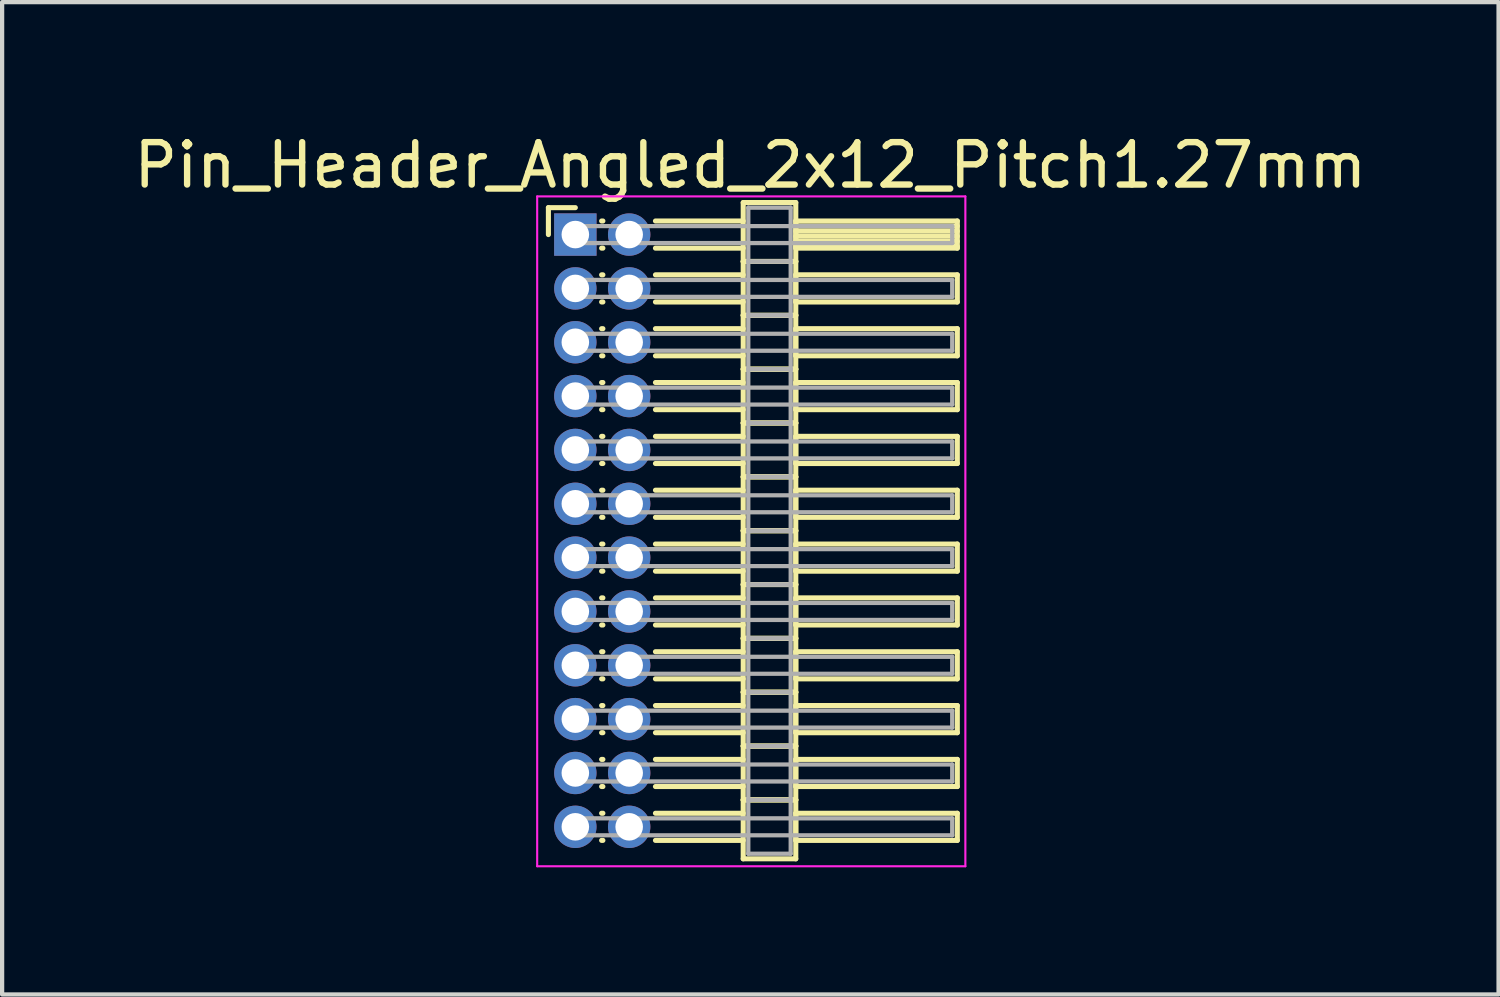
<source format=kicad_pcb>
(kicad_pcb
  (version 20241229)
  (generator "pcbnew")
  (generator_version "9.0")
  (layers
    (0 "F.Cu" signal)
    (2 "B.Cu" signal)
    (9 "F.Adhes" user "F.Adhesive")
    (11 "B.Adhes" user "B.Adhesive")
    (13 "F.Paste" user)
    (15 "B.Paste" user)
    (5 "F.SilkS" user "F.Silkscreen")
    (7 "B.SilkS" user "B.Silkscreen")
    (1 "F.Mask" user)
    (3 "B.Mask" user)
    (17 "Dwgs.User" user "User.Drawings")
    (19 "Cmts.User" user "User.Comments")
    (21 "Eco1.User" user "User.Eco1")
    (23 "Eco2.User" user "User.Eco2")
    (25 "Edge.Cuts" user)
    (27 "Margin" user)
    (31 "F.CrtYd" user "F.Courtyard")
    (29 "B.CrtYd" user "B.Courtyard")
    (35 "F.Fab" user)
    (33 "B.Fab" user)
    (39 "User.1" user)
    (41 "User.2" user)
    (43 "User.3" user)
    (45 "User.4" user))
  (footprint "Pin_Header_Angled_2x12_Pitch1.27mm"
    (layer "F.Cu")
    (at 10.521 2.483)
    (property "Reference" "Pin_Header_Angled_2x12_Pitch1.27mm" (at 4.128 -1.635 0) (layer "F.SilkS") (effects (font (size 1 1) (thickness 0.15))))
    (attr through_hole)
    (fp_line (start -0.635 -0.635) (end 0 -0.635) (stroke (width 0.12) (type solid)) (layer "F.SilkS"))
    (fp_line (start -0.635 0) (end -0.635 -0.635) (stroke (width 0.12) (type solid)) (layer "F.SilkS"))
    (fp_line (start 0.62 -0.32) (end 0.65 -0.32) (stroke (width 0.12) (type solid)) (layer "F.SilkS"))
    (fp_line (start 0.62 0.32) (end 0.65 0.32) (stroke (width 0.12) (type solid)) (layer "F.SilkS"))
    (fp_line (start 0.62 0.95) (end 0.65 0.95) (stroke (width 0.12) (type solid)) (layer "F.SilkS"))
    (fp_line (start 0.62 1.59) (end 0.65 1.59) (stroke (width 0.12) (type solid)) (layer "F.SilkS"))
    (fp_line (start 0.62 2.22) (end 0.65 2.22) (stroke (width 0.12) (type solid)) (layer "F.SilkS"))
    (fp_line (start 0.62 2.86) (end 0.65 2.86) (stroke (width 0.12) (type solid)) (layer "F.SilkS"))
    (fp_line (start 0.62 3.49) (end 0.65 3.49) (stroke (width 0.12) (type solid)) (layer "F.SilkS"))
    (fp_line (start 0.62 4.13) (end 0.65 4.13) (stroke (width 0.12) (type solid)) (layer "F.SilkS"))
    (fp_line (start 0.62 4.76) (end 0.65 4.76) (stroke (width 0.12) (type solid)) (layer "F.SilkS"))
    (fp_line (start 0.62 5.4) (end 0.65 5.4) (stroke (width 0.12) (type solid)) (layer "F.SilkS"))
    (fp_line (start 0.62 6.03) (end 0.65 6.03) (stroke (width 0.12) (type solid)) (layer "F.SilkS"))
    (fp_line (start 0.62 6.67) (end 0.65 6.67) (stroke (width 0.12) (type solid)) (layer "F.SilkS"))
    (fp_line (start 0.62 7.3) (end 0.65 7.3) (stroke (width 0.12) (type solid)) (layer "F.SilkS"))
    (fp_line (start 0.62 7.94) (end 0.65 7.94) (stroke (width 0.12) (type solid)) (layer "F.SilkS"))
    (fp_line (start 0.62 8.57) (end 0.65 8.57) (stroke (width 0.12) (type solid)) (layer "F.SilkS"))
    (fp_line (start 0.62 9.21) (end 0.65 9.21) (stroke (width 0.12) (type solid)) (layer "F.SilkS"))
    (fp_line (start 0.62 9.84) (end 0.65 9.84) (stroke (width 0.12) (type solid)) (layer "F.SilkS"))
    (fp_line (start 0.62 10.48) (end 0.65 10.48) (stroke (width 0.12) (type solid)) (layer "F.SilkS"))
    (fp_line (start 0.62 11.11) (end 0.65 11.11) (stroke (width 0.12) (type solid)) (layer "F.SilkS"))
    (fp_line (start 0.62 11.75) (end 0.65 11.75) (stroke (width 0.12) (type solid)) (layer "F.SilkS"))
    (fp_line (start 0.62 12.38) (end 0.65 12.38) (stroke (width 0.12) (type solid)) (layer "F.SilkS"))
    (fp_line (start 0.62 13.02) (end 0.65 13.02) (stroke (width 0.12) (type solid)) (layer "F.SilkS"))
    (fp_line (start 0.62 13.65) (end 0.65 13.65) (stroke (width 0.12) (type solid)) (layer "F.SilkS"))
    (fp_line (start 0.62 14.29) (end 0.65 14.29) (stroke (width 0.12) (type solid)) (layer "F.SilkS"))
    (fp_line (start 1.89 -0.32) (end 3.96 -0.32) (stroke (width 0.12) (type solid)) (layer "F.SilkS"))
    (fp_line (start 1.89 0.32) (end 3.96 0.32) (stroke (width 0.12) (type solid)) (layer "F.SilkS"))
    (fp_line (start 1.89 0.95) (end 3.96 0.95) (stroke (width 0.12) (type solid)) (layer "F.SilkS"))
    (fp_line (start 1.89 1.59) (end 3.96 1.59) (stroke (width 0.12) (type solid)) (layer "F.SilkS"))
    (fp_line (start 1.89 2.22) (end 3.96 2.22) (stroke (width 0.12) (type solid)) (layer "F.SilkS"))
    (fp_line (start 1.89 2.86) (end 3.96 2.86) (stroke (width 0.12) (type solid)) (layer "F.SilkS"))
    (fp_line (start 1.89 3.49) (end 3.96 3.49) (stroke (width 0.12) (type solid)) (layer "F.SilkS"))
    (fp_line (start 1.89 4.13) (end 3.96 4.13) (stroke (width 0.12) (type solid)) (layer "F.SilkS"))
    (fp_line (start 1.89 4.76) (end 3.96 4.76) (stroke (width 0.12) (type solid)) (layer "F.SilkS"))
    (fp_line (start 1.89 5.4) (end 3.96 5.4) (stroke (width 0.12) (type solid)) (layer "F.SilkS"))
    (fp_line (start 1.89 6.03) (end 3.96 6.03) (stroke (width 0.12) (type solid)) (layer "F.SilkS"))
    (fp_line (start 1.89 6.67) (end 3.96 6.67) (stroke (width 0.12) (type solid)) (layer "F.SilkS"))
    (fp_line (start 1.89 7.3) (end 3.96 7.3) (stroke (width 0.12) (type solid)) (layer "F.SilkS"))
    (fp_line (start 1.89 7.94) (end 3.96 7.94) (stroke (width 0.12) (type solid)) (layer "F.SilkS"))
    (fp_line (start 1.89 8.57) (end 3.96 8.57) (stroke (width 0.12) (type solid)) (layer "F.SilkS"))
    (fp_line (start 1.89 9.21) (end 3.96 9.21) (stroke (width 0.12) (type solid)) (layer "F.SilkS"))
    (fp_line (start 1.89 9.84) (end 3.96 9.84) (stroke (width 0.12) (type solid)) (layer "F.SilkS"))
    (fp_line (start 1.89 10.48) (end 3.96 10.48) (stroke (width 0.12) (type solid)) (layer "F.SilkS"))
    (fp_line (start 1.89 11.11) (end 3.96 11.11) (stroke (width 0.12) (type solid)) (layer "F.SilkS"))
    (fp_line (start 1.89 11.75) (end 3.96 11.75) (stroke (width 0.12) (type solid)) (layer "F.SilkS"))
    (fp_line (start 1.89 12.38) (end 3.96 12.38) (stroke (width 0.12) (type solid)) (layer "F.SilkS"))
    (fp_line (start 1.89 13.02) (end 3.96 13.02) (stroke (width 0.12) (type solid)) (layer "F.SilkS"))
    (fp_line (start 1.89 13.65) (end 3.96 13.65) (stroke (width 0.12) (type solid)) (layer "F.SilkS"))
    (fp_line (start 1.89 14.29) (end 3.96 14.29) (stroke (width 0.12) (type solid)) (layer "F.SilkS"))
    (fp_line (start 3.96 -0.755) (end 3.96 0.635) (stroke (width 0.12) (type solid)) (layer "F.SilkS"))
    (fp_line (start 3.96 0.635) (end 3.96 1.905) (stroke (width 0.12) (type solid)) (layer "F.SilkS"))
    (fp_line (start 3.96 0.635) (end 5.2 0.635) (stroke (width 0.12) (type solid)) (layer "F.SilkS"))
    (fp_line (start 3.96 1.905) (end 3.96 3.175) (stroke (width 0.12) (type solid)) (layer "F.SilkS"))
    (fp_line (start 3.96 1.905) (end 5.2 1.905) (stroke (width 0.12) (type solid)) (layer "F.SilkS"))
    (fp_line (start 3.96 3.175) (end 3.96 4.445) (stroke (width 0.12) (type solid)) (layer "F.SilkS"))
    (fp_line (start 3.96 3.175) (end 5.2 3.175) (stroke (width 0.12) (type solid)) (layer "F.SilkS"))
    (fp_line (start 3.96 4.445) (end 3.96 5.715) (stroke (width 0.12) (type solid)) (layer "F.SilkS"))
    (fp_line (start 3.96 4.445) (end 5.2 4.445) (stroke (width 0.12) (type solid)) (layer "F.SilkS"))
    (fp_line (start 3.96 5.715) (end 3.96 6.985) (stroke (width 0.12) (type solid)) (layer "F.SilkS"))
    (fp_line (start 3.96 5.715) (end 5.2 5.715) (stroke (width 0.12) (type solid)) (layer "F.SilkS"))
    (fp_line (start 3.96 6.985) (end 3.96 8.255) (stroke (width 0.12) (type solid)) (layer "F.SilkS"))
    (fp_line (start 3.96 6.985) (end 5.2 6.985) (stroke (width 0.12) (type solid)) (layer "F.SilkS"))
    (fp_line (start 3.96 8.255) (end 3.96 9.525) (stroke (width 0.12) (type solid)) (layer "F.SilkS"))
    (fp_line (start 3.96 8.255) (end 5.2 8.255) (stroke (width 0.12) (type solid)) (layer "F.SilkS"))
    (fp_line (start 3.96 9.525) (end 3.96 10.795) (stroke (width 0.12) (type solid)) (layer "F.SilkS"))
    (fp_line (start 3.96 9.525) (end 5.2 9.525) (stroke (width 0.12) (type solid)) (layer "F.SilkS"))
    (fp_line (start 3.96 10.795) (end 3.96 12.065) (stroke (width 0.12) (type solid)) (layer "F.SilkS"))
    (fp_line (start 3.96 10.795) (end 5.2 10.795) (stroke (width 0.12) (type solid)) (layer "F.SilkS"))
    (fp_line (start 3.96 12.065) (end 3.96 13.335) (stroke (width 0.12) (type solid)) (layer "F.SilkS"))
    (fp_line (start 3.96 12.065) (end 5.2 12.065) (stroke (width 0.12) (type solid)) (layer "F.SilkS"))
    (fp_line (start 3.96 13.335) (end 3.96 14.725) (stroke (width 0.12) (type solid)) (layer "F.SilkS"))
    (fp_line (start 3.96 13.335) (end 5.2 13.335) (stroke (width 0.12) (type solid)) (layer "F.SilkS"))
    (fp_line (start 3.96 14.725) (end 5.2 14.725) (stroke (width 0.12) (type solid)) (layer "F.SilkS"))
    (fp_line (start 5.2 -0.755) (end 3.96 -0.755) (stroke (width 0.12) (type solid)) (layer "F.SilkS"))
    (fp_line (start 5.2 -0.32) (end 5.2 0.32) (stroke (width 0.12) (type solid)) (layer "F.SilkS"))
    (fp_line (start 5.2 -0.2) (end 9.01 -0.2) (stroke (width 0.12) (type solid)) (layer "F.SilkS"))
    (fp_line (start 5.2 -0.08) (end 9.01 -0.08) (stroke (width 0.12) (type solid)) (layer "F.SilkS"))
    (fp_line (start 5.2 0.04) (end 9.01 0.04) (stroke (width 0.12) (type solid)) (layer "F.SilkS"))
    (fp_line (start 5.2 0.16) (end 9.01 0.16) (stroke (width 0.12) (type solid)) (layer "F.SilkS"))
    (fp_line (start 5.2 0.28) (end 9.01 0.28) (stroke (width 0.12) (type solid)) (layer "F.SilkS"))
    (fp_line (start 5.2 0.32) (end 9.01 0.32) (stroke (width 0.12) (type solid)) (layer "F.SilkS"))
    (fp_line (start 5.2 0.635) (end 3.96 0.635) (stroke (width 0.12) (type solid)) (layer "F.SilkS"))
    (fp_line (start 5.2 0.635) (end 5.2 -0.755) (stroke (width 0.12) (type solid)) (layer "F.SilkS"))
    (fp_line (start 5.2 0.95) (end 5.2 1.59) (stroke (width 0.12) (type solid)) (layer "F.SilkS"))
    (fp_line (start 5.2 1.59) (end 9.01 1.59) (stroke (width 0.12) (type solid)) (layer "F.SilkS"))
    (fp_line (start 5.2 1.905) (end 3.96 1.905) (stroke (width 0.12) (type solid)) (layer "F.SilkS"))
    (fp_line (start 5.2 1.905) (end 5.2 0.635) (stroke (width 0.12) (type solid)) (layer "F.SilkS"))
    (fp_line (start 5.2 2.22) (end 5.2 2.86) (stroke (width 0.12) (type solid)) (layer "F.SilkS"))
    (fp_line (start 5.2 2.86) (end 9.01 2.86) (stroke (width 0.12) (type solid)) (layer "F.SilkS"))
    (fp_line (start 5.2 3.175) (end 3.96 3.175) (stroke (width 0.12) (type solid)) (layer "F.SilkS"))
    (fp_line (start 5.2 3.175) (end 5.2 1.905) (stroke (width 0.12) (type solid)) (layer "F.SilkS"))
    (fp_line (start 5.2 3.49) (end 5.2 4.13) (stroke (width 0.12) (type solid)) (layer "F.SilkS"))
    (fp_line (start 5.2 4.13) (end 9.01 4.13) (stroke (width 0.12) (type solid)) (layer "F.SilkS"))
    (fp_line (start 5.2 4.445) (end 3.96 4.445) (stroke (width 0.12) (type solid)) (layer "F.SilkS"))
    (fp_line (start 5.2 4.445) (end 5.2 3.175) (stroke (width 0.12) (type solid)) (layer "F.SilkS"))
    (fp_line (start 5.2 4.76) (end 5.2 5.4) (stroke (width 0.12) (type solid)) (layer "F.SilkS"))
    (fp_line (start 5.2 5.4) (end 9.01 5.4) (stroke (width 0.12) (type solid)) (layer "F.SilkS"))
    (fp_line (start 5.2 5.715) (end 3.96 5.715) (stroke (width 0.12) (type solid)) (layer "F.SilkS"))
    (fp_line (start 5.2 5.715) (end 5.2 4.445) (stroke (width 0.12) (type solid)) (layer "F.SilkS"))
    (fp_line (start 5.2 6.03) (end 5.2 6.67) (stroke (width 0.12) (type solid)) (layer "F.SilkS"))
    (fp_line (start 5.2 6.67) (end 9.01 6.67) (stroke (width 0.12) (type solid)) (layer "F.SilkS"))
    (fp_line (start 5.2 6.985) (end 3.96 6.985) (stroke (width 0.12) (type solid)) (layer "F.SilkS"))
    (fp_line (start 5.2 6.985) (end 5.2 5.715) (stroke (width 0.12) (type solid)) (layer "F.SilkS"))
    (fp_line (start 5.2 7.3) (end 5.2 7.94) (stroke (width 0.12) (type solid)) (layer "F.SilkS"))
    (fp_line (start 5.2 7.94) (end 9.01 7.94) (stroke (width 0.12) (type solid)) (layer "F.SilkS"))
    (fp_line (start 5.2 8.255) (end 3.96 8.255) (stroke (width 0.12) (type solid)) (layer "F.SilkS"))
    (fp_line (start 5.2 8.255) (end 5.2 6.985) (stroke (width 0.12) (type solid)) (layer "F.SilkS"))
    (fp_line (start 5.2 8.57) (end 5.2 9.21) (stroke (width 0.12) (type solid)) (layer "F.SilkS"))
    (fp_line (start 5.2 9.21) (end 9.01 9.21) (stroke (width 0.12) (type solid)) (layer "F.SilkS"))
    (fp_line (start 5.2 9.525) (end 3.96 9.525) (stroke (width 0.12) (type solid)) (layer "F.SilkS"))
    (fp_line (start 5.2 9.525) (end 5.2 8.255) (stroke (width 0.12) (type solid)) (layer "F.SilkS"))
    (fp_line (start 5.2 9.84) (end 5.2 10.48) (stroke (width 0.12) (type solid)) (layer "F.SilkS"))
    (fp_line (start 5.2 10.48) (end 9.01 10.48) (stroke (width 0.12) (type solid)) (layer "F.SilkS"))
    (fp_line (start 5.2 10.795) (end 3.96 10.795) (stroke (width 0.12) (type solid)) (layer "F.SilkS"))
    (fp_line (start 5.2 10.795) (end 5.2 9.525) (stroke (width 0.12) (type solid)) (layer "F.SilkS"))
    (fp_line (start 5.2 11.11) (end 5.2 11.75) (stroke (width 0.12) (type solid)) (layer "F.SilkS"))
    (fp_line (start 5.2 11.75) (end 9.01 11.75) (stroke (width 0.12) (type solid)) (layer "F.SilkS"))
    (fp_line (start 5.2 12.065) (end 3.96 12.065) (stroke (width 0.12) (type solid)) (layer "F.SilkS"))
    (fp_line (start 5.2 12.065) (end 5.2 10.795) (stroke (width 0.12) (type solid)) (layer "F.SilkS"))
    (fp_line (start 5.2 12.38) (end 5.2 13.02) (stroke (width 0.12) (type solid)) (layer "F.SilkS"))
    (fp_line (start 5.2 13.02) (end 9.01 13.02) (stroke (width 0.12) (type solid)) (layer "F.SilkS"))
    (fp_line (start 5.2 13.335) (end 3.96 13.335) (stroke (width 0.12) (type solid)) (layer "F.SilkS"))
    (fp_line (start 5.2 13.335) (end 5.2 12.065) (stroke (width 0.12) (type solid)) (layer "F.SilkS"))
    (fp_line (start 5.2 13.65) (end 5.2 14.29) (stroke (width 0.12) (type solid)) (layer "F.SilkS"))
    (fp_line (start 5.2 14.29) (end 9.01 14.29) (stroke (width 0.12) (type solid)) (layer "F.SilkS"))
    (fp_line (start 5.2 14.725) (end 5.2 13.335) (stroke (width 0.12) (type solid)) (layer "F.SilkS"))
    (fp_line (start 9.01 -0.32) (end 5.2 -0.32) (stroke (width 0.12) (type solid)) (layer "F.SilkS"))
    (fp_line (start 9.01 0.32) (end 9.01 -0.32) (stroke (width 0.12) (type solid)) (layer "F.SilkS"))
    (fp_line (start 9.01 0.95) (end 5.2 0.95) (stroke (width 0.12) (type solid)) (layer "F.SilkS"))
    (fp_line (start 9.01 1.59) (end 9.01 0.95) (stroke (width 0.12) (type solid)) (layer "F.SilkS"))
    (fp_line (start 9.01 2.22) (end 5.2 2.22) (stroke (width 0.12) (type solid)) (layer "F.SilkS"))
    (fp_line (start 9.01 2.86) (end 9.01 2.22) (stroke (width 0.12) (type solid)) (layer "F.SilkS"))
    (fp_line (start 9.01 3.49) (end 5.2 3.49) (stroke (width 0.12) (type solid)) (layer "F.SilkS"))
    (fp_line (start 9.01 4.13) (end 9.01 3.49) (stroke (width 0.12) (type solid)) (layer "F.SilkS"))
    (fp_line (start 9.01 4.76) (end 5.2 4.76) (stroke (width 0.12) (type solid)) (layer "F.SilkS"))
    (fp_line (start 9.01 5.4) (end 9.01 4.76) (stroke (width 0.12) (type solid)) (layer "F.SilkS"))
    (fp_line (start 9.01 6.03) (end 5.2 6.03) (stroke (width 0.12) (type solid)) (layer "F.SilkS"))
    (fp_line (start 9.01 6.67) (end 9.01 6.03) (stroke (width 0.12) (type solid)) (layer "F.SilkS"))
    (fp_line (start 9.01 7.3) (end 5.2 7.3) (stroke (width 0.12) (type solid)) (layer "F.SilkS"))
    (fp_line (start 9.01 7.94) (end 9.01 7.3) (stroke (width 0.12) (type solid)) (layer "F.SilkS"))
    (fp_line (start 9.01 8.57) (end 5.2 8.57) (stroke (width 0.12) (type solid)) (layer "F.SilkS"))
    (fp_line (start 9.01 9.21) (end 9.01 8.57) (stroke (width 0.12) (type solid)) (layer "F.SilkS"))
    (fp_line (start 9.01 9.84) (end 5.2 9.84) (stroke (width 0.12) (type solid)) (layer "F.SilkS"))
    (fp_line (start 9.01 10.48) (end 9.01 9.84) (stroke (width 0.12) (type solid)) (layer "F.SilkS"))
    (fp_line (start 9.01 11.11) (end 5.2 11.11) (stroke (width 0.12) (type solid)) (layer "F.SilkS"))
    (fp_line (start 9.01 11.75) (end 9.01 11.11) (stroke (width 0.12) (type solid)) (layer "F.SilkS"))
    (fp_line (start 9.01 12.38) (end 5.2 12.38) (stroke (width 0.12) (type solid)) (layer "F.SilkS"))
    (fp_line (start 9.01 13.02) (end 9.01 12.38) (stroke (width 0.12) (type solid)) (layer "F.SilkS"))
    (fp_line (start 9.01 13.65) (end 5.2 13.65) (stroke (width 0.12) (type solid)) (layer "F.SilkS"))
    (fp_line (start 9.01 14.29) (end 9.01 13.65) (stroke (width 0.12) (type solid)) (layer "F.SilkS"))
    (fp_line (start -0.9 -0.9) (end -0.9 14.9) (stroke (width 0.05) (type solid)) (layer "F.CrtYd"))
    (fp_line (start -0.9 14.9) (end 9.2 14.9) (stroke (width 0.05) (type solid)) (layer "F.CrtYd"))
    (fp_line (start 9.2 -0.9) (end -0.9 -0.9) (stroke (width 0.05) (type solid)) (layer "F.CrtYd"))
    (fp_line (start 9.2 14.9) (end 9.2 -0.9) (stroke (width 0.05) (type solid)) (layer "F.CrtYd"))
    (fp_line (start 0 -0.2) (end 0 0.2) (stroke (width 0.1) (type solid)) (layer "F.Fab"))
    (fp_line (start 0 0.2) (end 8.89 0.2) (stroke (width 0.1) (type solid)) (layer "F.Fab"))
    (fp_line (start 0 1.07) (end 0 1.47) (stroke (width 0.1) (type solid)) (layer "F.Fab"))
    (fp_line (start 0 1.47) (end 8.89 1.47) (stroke (width 0.1) (type solid)) (layer "F.Fab"))
    (fp_line (start 0 2.34) (end 0 2.74) (stroke (width 0.1) (type solid)) (layer "F.Fab"))
    (fp_line (start 0 2.74) (end 8.89 2.74) (stroke (width 0.1) (type solid)) (layer "F.Fab"))
    (fp_line (start 0 3.61) (end 0 4.01) (stroke (width 0.1) (type solid)) (layer "F.Fab"))
    (fp_line (start 0 4.01) (end 8.89 4.01) (stroke (width 0.1) (type solid)) (layer "F.Fab"))
    (fp_line (start 0 4.88) (end 0 5.28) (stroke (width 0.1) (type solid)) (layer "F.Fab"))
    (fp_line (start 0 5.28) (end 8.89 5.28) (stroke (width 0.1) (type solid)) (layer "F.Fab"))
    (fp_line (start 0 6.15) (end 0 6.55) (stroke (width 0.1) (type solid)) (layer "F.Fab"))
    (fp_line (start 0 6.55) (end 8.89 6.55) (stroke (width 0.1) (type solid)) (layer "F.Fab"))
    (fp_line (start 0 7.42) (end 0 7.82) (stroke (width 0.1) (type solid)) (layer "F.Fab"))
    (fp_line (start 0 7.82) (end 8.89 7.82) (stroke (width 0.1) (type solid)) (layer "F.Fab"))
    (fp_line (start 0 8.69) (end 0 9.09) (stroke (width 0.1) (type solid)) (layer "F.Fab"))
    (fp_line (start 0 9.09) (end 8.89 9.09) (stroke (width 0.1) (type solid)) (layer "F.Fab"))
    (fp_line (start 0 9.96) (end 0 10.36) (stroke (width 0.1) (type solid)) (layer "F.Fab"))
    (fp_line (start 0 10.36) (end 8.89 10.36) (stroke (width 0.1) (type solid)) (layer "F.Fab"))
    (fp_line (start 0 11.23) (end 0 11.63) (stroke (width 0.1) (type solid)) (layer "F.Fab"))
    (fp_line (start 0 11.63) (end 8.89 11.63) (stroke (width 0.1) (type solid)) (layer "F.Fab"))
    (fp_line (start 0 12.5) (end 0 12.9) (stroke (width 0.1) (type solid)) (layer "F.Fab"))
    (fp_line (start 0 12.9) (end 8.89 12.9) (stroke (width 0.1) (type solid)) (layer "F.Fab"))
    (fp_line (start 0 13.77) (end 0 14.17) (stroke (width 0.1) (type solid)) (layer "F.Fab"))
    (fp_line (start 0 14.17) (end 8.89 14.17) (stroke (width 0.1) (type solid)) (layer "F.Fab"))
    (fp_line (start 4.08 -0.635) (end 4.08 0.635) (stroke (width 0.1) (type solid)) (layer "F.Fab"))
    (fp_line (start 4.08 0.635) (end 4.08 1.905) (stroke (width 0.1) (type solid)) (layer "F.Fab"))
    (fp_line (start 4.08 0.635) (end 5.08 0.635) (stroke (width 0.1) (type solid)) (layer "F.Fab"))
    (fp_line (start 4.08 1.905) (end 4.08 3.175) (stroke (width 0.1) (type solid)) (layer "F.Fab"))
    (fp_line (start 4.08 1.905) (end 5.08 1.905) (stroke (width 0.1) (type solid)) (layer "F.Fab"))
    (fp_line (start 4.08 3.175) (end 4.08 4.445) (stroke (width 0.1) (type solid)) (layer "F.Fab"))
    (fp_line (start 4.08 3.175) (end 5.08 3.175) (stroke (width 0.1) (type solid)) (layer "F.Fab"))
    (fp_line (start 4.08 4.445) (end 4.08 5.715) (stroke (width 0.1) (type solid)) (layer "F.Fab"))
    (fp_line (start 4.08 4.445) (end 5.08 4.445) (stroke (width 0.1) (type solid)) (layer "F.Fab"))
    (fp_line (start 4.08 5.715) (end 4.08 6.985) (stroke (width 0.1) (type solid)) (layer "F.Fab"))
    (fp_line (start 4.08 5.715) (end 5.08 5.715) (stroke (width 0.1) (type solid)) (layer "F.Fab"))
    (fp_line (start 4.08 6.985) (end 4.08 8.255) (stroke (width 0.1) (type solid)) (layer "F.Fab"))
    (fp_line (start 4.08 6.985) (end 5.08 6.985) (stroke (width 0.1) (type solid)) (layer "F.Fab"))
    (fp_line (start 4.08 8.255) (end 4.08 9.525) (stroke (width 0.1) (type solid)) (layer "F.Fab"))
    (fp_line (start 4.08 8.255) (end 5.08 8.255) (stroke (width 0.1) (type solid)) (layer "F.Fab"))
    (fp_line (start 4.08 9.525) (end 4.08 10.795) (stroke (width 0.1) (type solid)) (layer "F.Fab"))
    (fp_line (start 4.08 9.525) (end 5.08 9.525) (stroke (width 0.1) (type solid)) (layer "F.Fab"))
    (fp_line (start 4.08 10.795) (end 4.08 12.065) (stroke (width 0.1) (type solid)) (layer "F.Fab"))
    (fp_line (start 4.08 10.795) (end 5.08 10.795) (stroke (width 0.1) (type solid)) (layer "F.Fab"))
    (fp_line (start 4.08 12.065) (end 4.08 13.335) (stroke (width 0.1) (type solid)) (layer "F.Fab"))
    (fp_line (start 4.08 12.065) (end 5.08 12.065) (stroke (width 0.1) (type solid)) (layer "F.Fab"))
    (fp_line (start 4.08 13.335) (end 4.08 14.605) (stroke (width 0.1) (type solid)) (layer "F.Fab"))
    (fp_line (start 4.08 13.335) (end 5.08 13.335) (stroke (width 0.1) (type solid)) (layer "F.Fab"))
    (fp_line (start 4.08 14.605) (end 5.08 14.605) (stroke (width 0.1) (type solid)) (layer "F.Fab"))
    (fp_line (start 5.08 -0.635) (end 4.08 -0.635) (stroke (width 0.1) (type solid)) (layer "F.Fab"))
    (fp_line (start 5.08 0.635) (end 4.08 0.635) (stroke (width 0.1) (type solid)) (layer "F.Fab"))
    (fp_line (start 5.08 0.635) (end 5.08 -0.635) (stroke (width 0.1) (type solid)) (layer "F.Fab"))
    (fp_line (start 5.08 1.905) (end 4.08 1.905) (stroke (width 0.1) (type solid)) (layer "F.Fab"))
    (fp_line (start 5.08 1.905) (end 5.08 0.635) (stroke (width 0.1) (type solid)) (layer "F.Fab"))
    (fp_line (start 5.08 3.175) (end 4.08 3.175) (stroke (width 0.1) (type solid)) (layer "F.Fab"))
    (fp_line (start 5.08 3.175) (end 5.08 1.905) (stroke (width 0.1) (type solid)) (layer "F.Fab"))
    (fp_line (start 5.08 4.445) (end 4.08 4.445) (stroke (width 0.1) (type solid)) (layer "F.Fab"))
    (fp_line (start 5.08 4.445) (end 5.08 3.175) (stroke (width 0.1) (type solid)) (layer "F.Fab"))
    (fp_line (start 5.08 5.715) (end 4.08 5.715) (stroke (width 0.1) (type solid)) (layer "F.Fab"))
    (fp_line (start 5.08 5.715) (end 5.08 4.445) (stroke (width 0.1) (type solid)) (layer "F.Fab"))
    (fp_line (start 5.08 6.985) (end 4.08 6.985) (stroke (width 0.1) (type solid)) (layer "F.Fab"))
    (fp_line (start 5.08 6.985) (end 5.08 5.715) (stroke (width 0.1) (type solid)) (layer "F.Fab"))
    (fp_line (start 5.08 8.255) (end 4.08 8.255) (stroke (width 0.1) (type solid)) (layer "F.Fab"))
    (fp_line (start 5.08 8.255) (end 5.08 6.985) (stroke (width 0.1) (type solid)) (layer "F.Fab"))
    (fp_line (start 5.08 9.525) (end 4.08 9.525) (stroke (width 0.1) (type solid)) (layer "F.Fab"))
    (fp_line (start 5.08 9.525) (end 5.08 8.255) (stroke (width 0.1) (type solid)) (layer "F.Fab"))
    (fp_line (start 5.08 10.795) (end 4.08 10.795) (stroke (width 0.1) (type solid)) (layer "F.Fab"))
    (fp_line (start 5.08 10.795) (end 5.08 9.525) (stroke (width 0.1) (type solid)) (layer "F.Fab"))
    (fp_line (start 5.08 12.065) (end 4.08 12.065) (stroke (width 0.1) (type solid)) (layer "F.Fab"))
    (fp_line (start 5.08 12.065) (end 5.08 10.795) (stroke (width 0.1) (type solid)) (layer "F.Fab"))
    (fp_line (start 5.08 13.335) (end 4.08 13.335) (stroke (width 0.1) (type solid)) (layer "F.Fab"))
    (fp_line (start 5.08 13.335) (end 5.08 12.065) (stroke (width 0.1) (type solid)) (layer "F.Fab"))
    (fp_line (start 5.08 14.605) (end 5.08 13.335) (stroke (width 0.1) (type solid)) (layer "F.Fab"))
    (fp_line (start 8.89 -0.2) (end 0 -0.2) (stroke (width 0.1) (type solid)) (layer "F.Fab"))
    (fp_line (start 8.89 0.2) (end 8.89 -0.2) (stroke (width 0.1) (type solid)) (layer "F.Fab"))
    (fp_line (start 8.89 1.07) (end 0 1.07) (stroke (width 0.1) (type solid)) (layer "F.Fab"))
    (fp_line (start 8.89 1.47) (end 8.89 1.07) (stroke (width 0.1) (type solid)) (layer "F.Fab"))
    (fp_line (start 8.89 2.34) (end 0 2.34) (stroke (width 0.1) (type solid)) (layer "F.Fab"))
    (fp_line (start 8.89 2.74) (end 8.89 2.34) (stroke (width 0.1) (type solid)) (layer "F.Fab"))
    (fp_line (start 8.89 3.61) (end 0 3.61) (stroke (width 0.1) (type solid)) (layer "F.Fab"))
    (fp_line (start 8.89 4.01) (end 8.89 3.61) (stroke (width 0.1) (type solid)) (layer "F.Fab"))
    (fp_line (start 8.89 4.88) (end 0 4.88) (stroke (width 0.1) (type solid)) (layer "F.Fab"))
    (fp_line (start 8.89 5.28) (end 8.89 4.88) (stroke (width 0.1) (type solid)) (layer "F.Fab"))
    (fp_line (start 8.89 6.15) (end 0 6.15) (stroke (width 0.1) (type solid)) (layer "F.Fab"))
    (fp_line (start 8.89 6.55) (end 8.89 6.15) (stroke (width 0.1) (type solid)) (layer "F.Fab"))
    (fp_line (start 8.89 7.42) (end 0 7.42) (stroke (width 0.1) (type solid)) (layer "F.Fab"))
    (fp_line (start 8.89 7.82) (end 8.89 7.42) (stroke (width 0.1) (type solid)) (layer "F.Fab"))
    (fp_line (start 8.89 8.69) (end 0 8.69) (stroke (width 0.1) (type solid)) (layer "F.Fab"))
    (fp_line (start 8.89 9.09) (end 8.89 8.69) (stroke (width 0.1) (type solid)) (layer "F.Fab"))
    (fp_line (start 8.89 9.96) (end 0 9.96) (stroke (width 0.1) (type solid)) (layer "F.Fab"))
    (fp_line (start 8.89 10.36) (end 8.89 9.96) (stroke (width 0.1) (type solid)) (layer "F.Fab"))
    (fp_line (start 8.89 11.23) (end 0 11.23) (stroke (width 0.1) (type solid)) (layer "F.Fab"))
    (fp_line (start 8.89 11.63) (end 8.89 11.23) (stroke (width 0.1) (type solid)) (layer "F.Fab"))
    (fp_line (start 8.89 12.5) (end 0 12.5) (stroke (width 0.1) (type solid)) (layer "F.Fab"))
    (fp_line (start 8.89 12.9) (end 8.89 12.5) (stroke (width 0.1) (type solid)) (layer "F.Fab"))
    (fp_line (start 8.89 13.77) (end 0 13.77) (stroke (width 0.1) (type solid)) (layer "F.Fab"))
    (fp_line (start 8.89 14.17) (end 8.89 13.77) (stroke (width 0.1) (type solid)) (layer "F.Fab"))
    (pad "1" thru_hole rect (at 0 0) (size 1 1) (drill 0.65) (layers "*.Cu" "*.Mask"))
    (pad "2" thru_hole oval (at 1.27 0) (size 1 1) (drill 0.65) (layers "*.Cu" "*.Mask"))
    (pad "3" thru_hole oval (at 0 1.27) (size 1 1) (drill 0.65) (layers "*.Cu" "*.Mask"))
    (pad "4" thru_hole oval (at 1.27 1.27) (size 1 1) (drill 0.65) (layers "*.Cu" "*.Mask"))
    (pad "5" thru_hole oval (at 0 2.54) (size 1 1) (drill 0.65) (layers "*.Cu" "*.Mask"))
    (pad "6" thru_hole oval (at 1.27 2.54) (size 1 1) (drill 0.65) (layers "*.Cu" "*.Mask"))
    (pad "7" thru_hole oval (at 0 3.81) (size 1 1) (drill 0.65) (layers "*.Cu" "*.Mask"))
    (pad "8" thru_hole oval (at 1.27 3.81) (size 1 1) (drill 0.65) (layers "*.Cu" "*.Mask"))
    (pad "9" thru_hole oval (at 0 5.08) (size 1 1) (drill 0.65) (layers "*.Cu" "*.Mask"))
    (pad "10" thru_hole oval (at 1.27 5.08) (size 1 1) (drill 0.65) (layers "*.Cu" "*.Mask"))
    (pad "11" thru_hole oval (at 0 6.35) (size 1 1) (drill 0.65) (layers "*.Cu" "*.Mask"))
    (pad "12" thru_hole oval (at 1.27 6.35) (size 1 1) (drill 0.65) (layers "*.Cu" "*.Mask"))
    (pad "13" thru_hole oval (at 0 7.62) (size 1 1) (drill 0.65) (layers "*.Cu" "*.Mask"))
    (pad "14" thru_hole oval (at 1.27 7.62) (size 1 1) (drill 0.65) (layers "*.Cu" "*.Mask"))
    (pad "15" thru_hole oval (at 0 8.89) (size 1 1) (drill 0.65) (layers "*.Cu" "*.Mask"))
    (pad "16" thru_hole oval (at 1.27 8.89) (size 1 1) (drill 0.65) (layers "*.Cu" "*.Mask"))
    (pad "17" thru_hole oval (at 0 10.16) (size 1 1) (drill 0.65) (layers "*.Cu" "*.Mask"))
    (pad "18" thru_hole oval (at 1.27 10.16) (size 1 1) (drill 0.65) (layers "*.Cu" "*.Mask"))
    (pad "19" thru_hole oval (at 0 11.43) (size 1 1) (drill 0.65) (layers "*.Cu" "*.Mask"))
    (pad "20" thru_hole oval (at 1.27 11.43) (size 1 1) (drill 0.65) (layers "*.Cu" "*.Mask"))
    (pad "21" thru_hole oval (at 0 12.7) (size 1 1) (drill 0.65) (layers "*.Cu" "*.Mask"))
    (pad "22" thru_hole oval (at 1.27 12.7) (size 1 1) (drill 0.65) (layers "*.Cu" "*.Mask"))
    (pad "23" thru_hole oval (at 0 13.97) (size 1 1) (drill 0.65) (layers "*.Cu" "*.Mask"))
    (pad "24" thru_hole oval (at 1.27 13.97) (size 1 1) (drill 0.65) (layers "*.Cu" "*.Mask")))
  (gr_rect
    (start -3 -3)
    (end 32.298 20.408)
    (stroke (width 0.1) (type default))
    (fill no)
    (layer "Edge.Cuts")))
</source>
